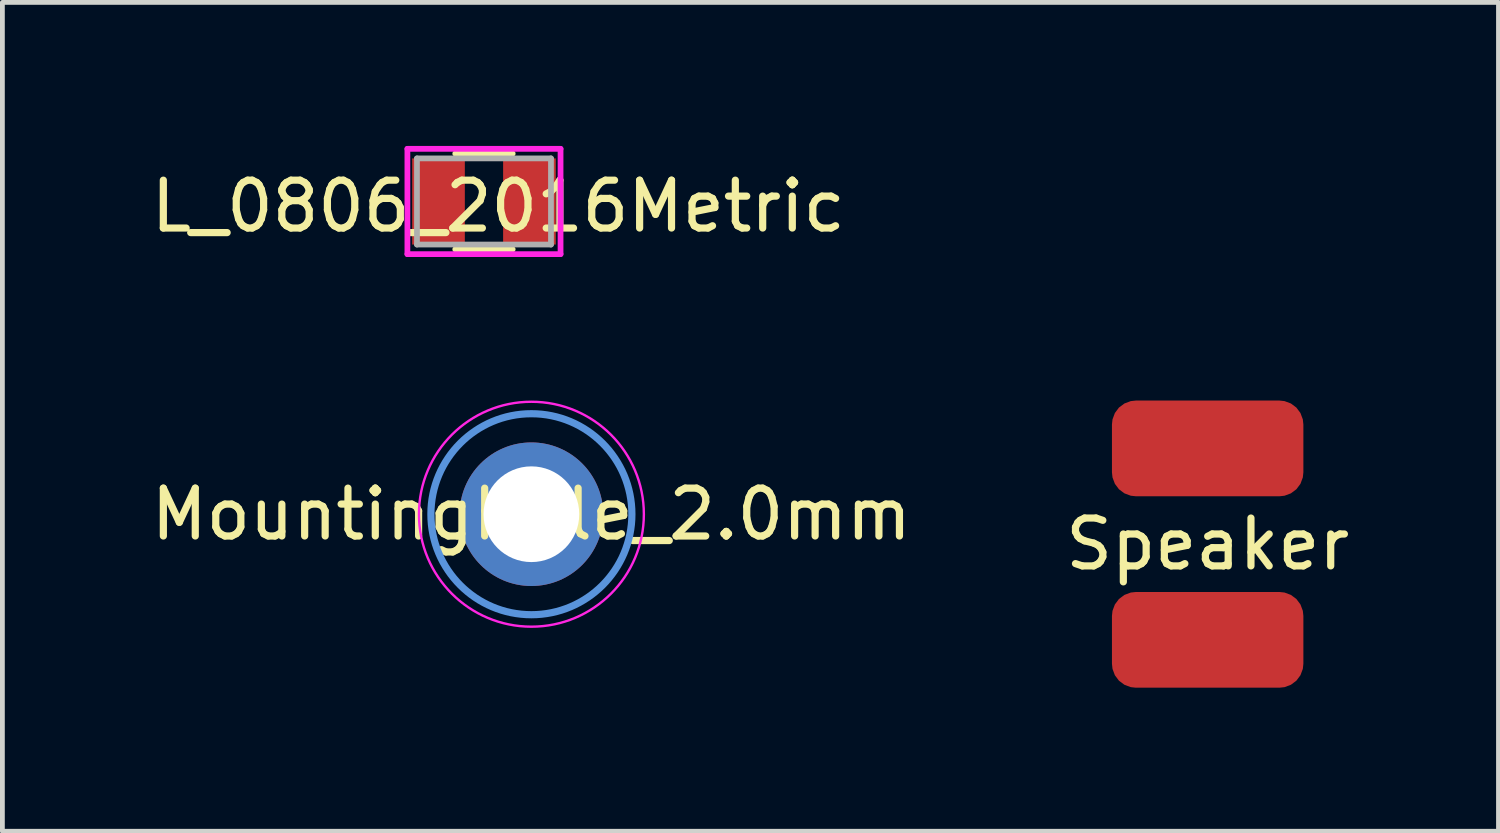
<source format=kicad_pcb>
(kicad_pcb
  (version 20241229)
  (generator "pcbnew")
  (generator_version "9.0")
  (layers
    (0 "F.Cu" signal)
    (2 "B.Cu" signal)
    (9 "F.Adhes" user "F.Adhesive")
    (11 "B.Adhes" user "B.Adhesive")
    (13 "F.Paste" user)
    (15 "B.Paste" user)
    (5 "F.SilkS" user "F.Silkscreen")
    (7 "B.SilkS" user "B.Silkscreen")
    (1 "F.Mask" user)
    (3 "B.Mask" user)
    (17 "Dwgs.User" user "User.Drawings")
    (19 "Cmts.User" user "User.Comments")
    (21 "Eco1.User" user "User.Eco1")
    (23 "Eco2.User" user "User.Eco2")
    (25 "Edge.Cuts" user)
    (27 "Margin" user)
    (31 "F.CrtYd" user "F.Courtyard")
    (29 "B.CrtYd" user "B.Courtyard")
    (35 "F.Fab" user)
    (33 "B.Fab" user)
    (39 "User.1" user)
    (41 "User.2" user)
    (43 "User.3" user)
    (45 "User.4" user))
  (footprint "MountingHole_2.0mm"
    (layer "F.Cu")
    (at 8.054 7.695)
    (property "Reference" "MountingHole_2.0mm" (at 0 0 0) (layer "F.SilkS") (effects (font (size 1 1) (thickness 0.15))))
    (attr through_hole)
    (fp_circle (center 0 0) (end 2.1 0) (stroke (width 0.15) (type solid)) (fill no) (layer "Cmts.User"))
    (fp_circle (center 0 0) (end 2.35 0) (stroke (width 0.05) (type solid)) (fill no) (layer "F.CrtYd"))
    (pad "1" thru_hole circle (at 0 0) (size 3 3) (drill 2) (layers "*.Cu" "*.Mask")))
  (footprint "Speaker"
    (layer "F.Cu")
    (at 22.185 8.32)
    (property "Reference" "Speaker" (at 0 0 0) (layer "F.SilkS") (effects (font (size 1 1) (thickness 0.15))))
    (attr through_hole)
    (pad "1" smd roundrect (at 0 -2) (size 4 2) (layers "F.Cu" "F.Mask" "F.Paste") (roundrect_rratio 0.25))
    (pad "2" smd roundrect (at 0 2) (size 4 2) (layers "F.Cu" "F.Mask" "F.Paste") (roundrect_rratio 0.25)))
  (footprint "L_0806_2016Metric"
    (layer "F.Cu")
    (at 7.063 1.16)
    (property "Reference" "L_0806_2016Metric" (at 0.3 0.1 0) (layer "F.SilkS") (effects (font (size 1 1) (thickness 0.15))))
    (attr through_hole)
    (fp_line (start -0.6 -1) (end 0.6 -1) (stroke (width 0.12) (type solid)) (layer "F.SilkS"))
    (fp_line (start -0.6 1) (end 0.6 1) (stroke (width 0.12) (type solid)) (layer "F.SilkS"))
    (fp_line (start -1.6 -1.1) (end -1.6 1.1) (stroke (width 0.12) (type solid)) (layer "F.CrtYd"))
    (fp_line (start -1.6 -1.1) (end 1.6 -1.1) (stroke (width 0.12) (type solid)) (layer "F.CrtYd"))
    (fp_line (start -1.6 1.1) (end 1.6 1.1) (stroke (width 0.12) (type solid)) (layer "F.CrtYd"))
    (fp_line (start 1.6 -1.1) (end 1.6 1.1) (stroke (width 0.12) (type solid)) (layer "F.CrtYd"))
    (fp_line (start -1.4 -0.9) (end 1.4 -0.9) (stroke (width 0.12) (type solid)) (layer "F.Fab"))
    (fp_line (start -1.4 0.9) (end -1.4 -0.9) (stroke (width 0.12) (type solid)) (layer "F.Fab"))
    (fp_line (start -1.4 0.9) (end 1.4 0.9) (stroke (width 0.12) (type solid)) (layer "F.Fab"))
    (fp_line (start 1.4 0.9) (end 1.4 -0.9) (stroke (width 0.12) (type solid)) (layer "F.Fab"))
    (pad "1" smd rect (at -0.95 0) (size 1.1 1.8) (layers "F.Cu" "F.Mask" "F.Paste"))
    (pad "2" smd rect (at 0.95 0) (size 1.1 1.8) (layers "F.Cu" "F.Mask" "F.Paste")))
  (gr_rect
    (start -3 -3)
    (end 28.262 14.32)
    (stroke (width 0.1) (type default))
    (fill no)
    (layer "Edge.Cuts")))
</source>
